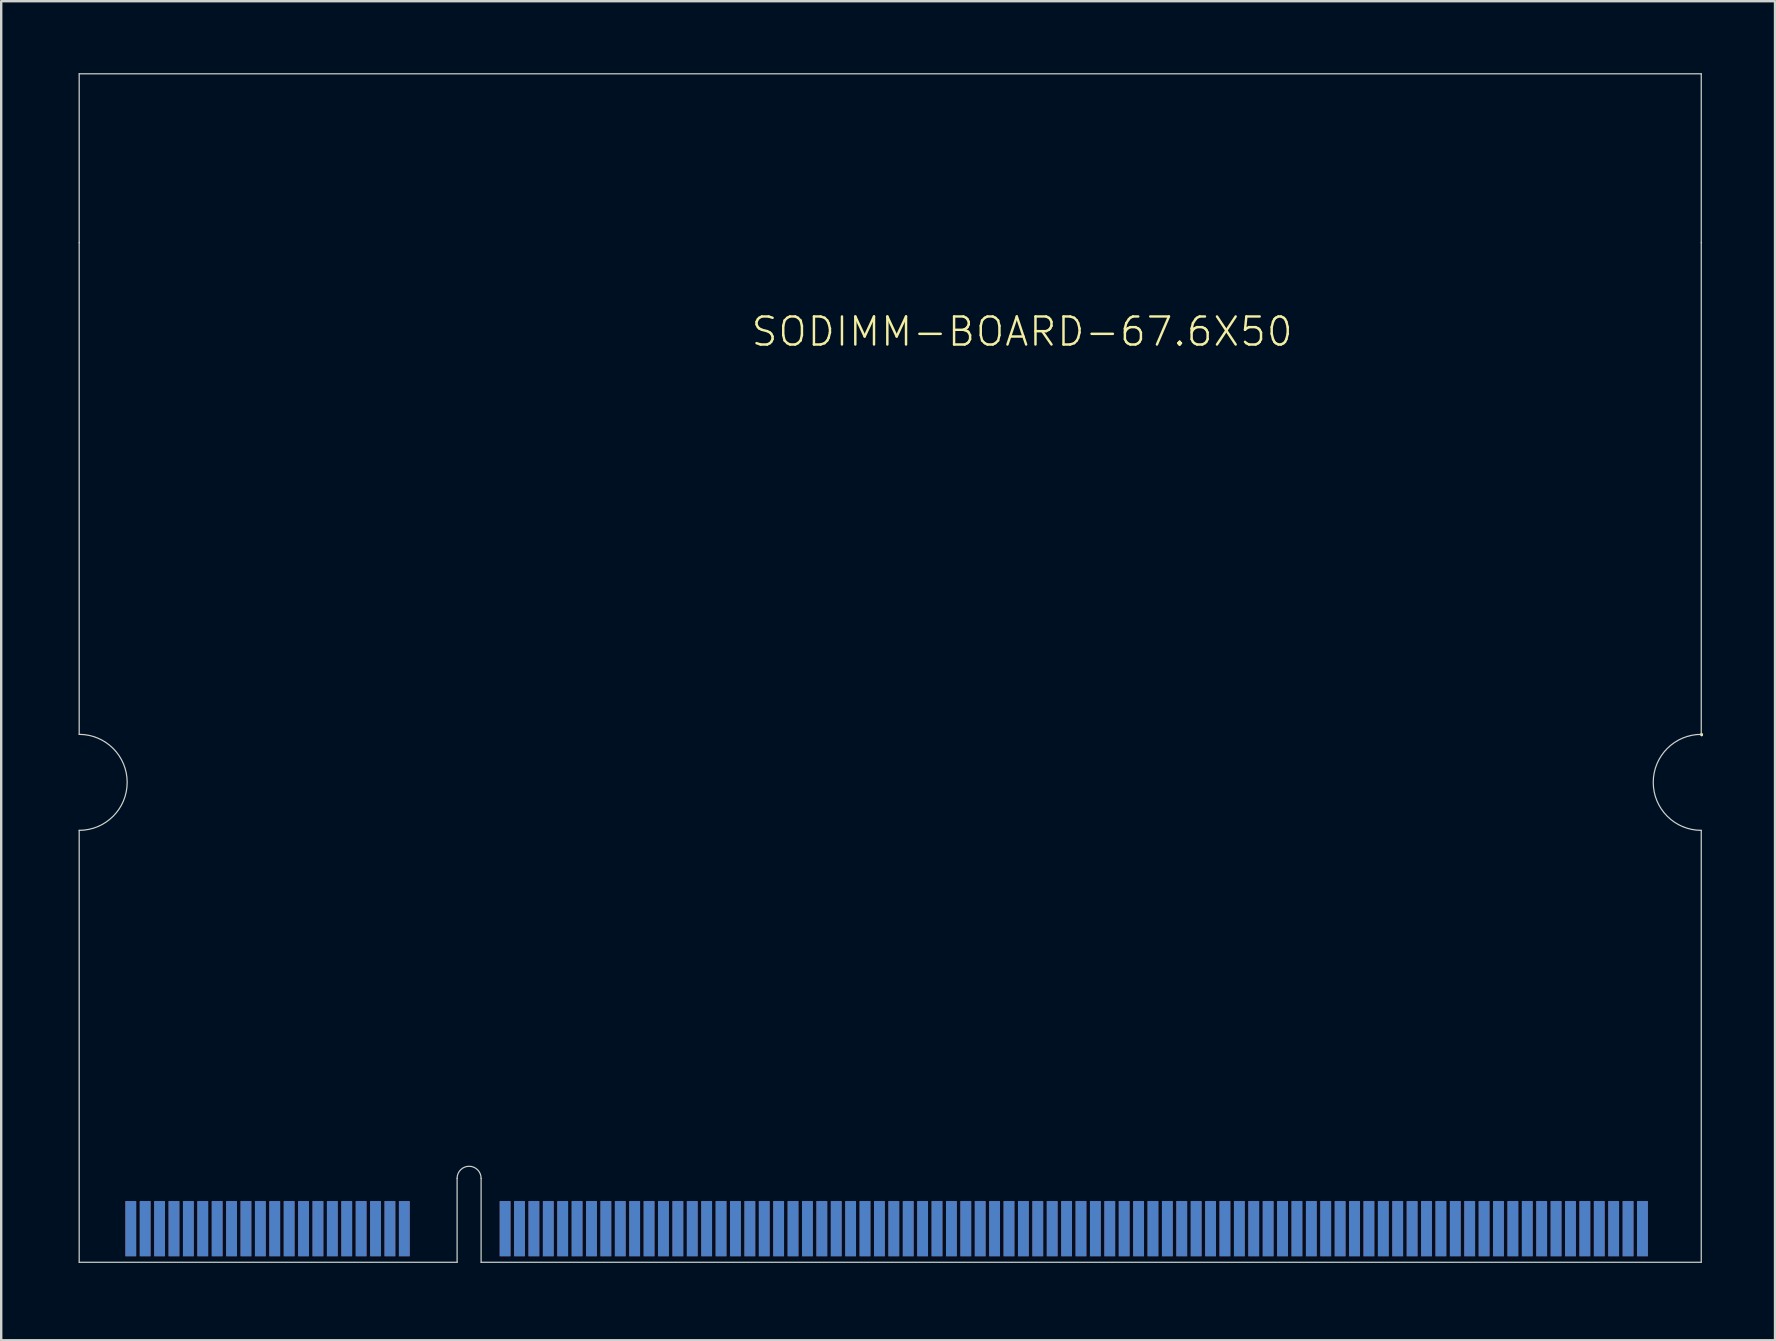
<source format=kicad_pcb>
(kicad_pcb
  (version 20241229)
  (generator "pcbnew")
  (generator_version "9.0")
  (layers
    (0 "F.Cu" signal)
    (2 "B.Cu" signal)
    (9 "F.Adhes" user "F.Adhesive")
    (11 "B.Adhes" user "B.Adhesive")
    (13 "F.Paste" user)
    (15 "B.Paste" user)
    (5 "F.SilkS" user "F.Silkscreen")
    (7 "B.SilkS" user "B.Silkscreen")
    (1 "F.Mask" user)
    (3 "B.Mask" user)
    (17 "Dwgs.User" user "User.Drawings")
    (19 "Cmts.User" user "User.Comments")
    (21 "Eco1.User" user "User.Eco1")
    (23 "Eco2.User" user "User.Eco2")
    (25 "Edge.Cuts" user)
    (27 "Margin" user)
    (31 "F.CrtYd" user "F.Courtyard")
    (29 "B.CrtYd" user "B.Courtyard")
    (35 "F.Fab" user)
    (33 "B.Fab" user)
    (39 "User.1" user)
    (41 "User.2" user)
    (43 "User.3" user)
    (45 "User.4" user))
  (footprint "SODIMM-BOARD-67.6X50"
    (layer "F.Cu")
    (at 0.25 49.555)
    (property "Reference" "SODIMM-BOARD-67.6X50" (at 27.94 -38.1 0) (layer "F.SilkS") (effects (font (size 1.168 1.168) (thickness 0.102)) (justify left bottom)))
    (fp_line (start 67.615 -21.978) (end 67.615 -21.998) (stroke (width 0.12) (type solid)) (layer "F.SilkS"))
    (fp_line (start 0 -49.53) (end 0 -42.49) (stroke (width 0.05) (type solid)) (layer "Edge.Cuts"))
    (fp_line (start 0 -49.53) (end 67.6 -49.53) (stroke (width 0.05) (type solid)) (layer "Edge.Cuts"))
    (fp_line (start 0 -42.49) (end 0 -22) (stroke (width 0.05) (type solid)) (layer "Edge.Cuts"))
    (fp_line (start 0 -18) (end 0 0) (stroke (width 0.05) (type solid)) (layer "Edge.Cuts"))
    (fp_line (start 15.75 0) (end 0 0) (stroke (width 0.05) (type solid)) (layer "Edge.Cuts"))
    (fp_line (start 15.75 0) (end 15.75 -3.5) (stroke (width 0.05) (type solid)) (layer "Edge.Cuts"))
    (fp_line (start 16.75 0) (end 16.75 -3.5) (stroke (width 0.05) (type solid)) (layer "Edge.Cuts"))
    (fp_line (start 16.75 0) (end 67.6 0) (stroke (width 0.05) (type solid)) (layer "Edge.Cuts"))
    (fp_line (start 67.6 -49.53) (end 67.6 -42.49) (stroke (width 0.05) (type solid)) (layer "Edge.Cuts"))
    (fp_line (start 67.6 -42.49) (end 67.6 -22) (stroke (width 0.05) (type solid)) (layer "Edge.Cuts"))
    (fp_line (start 67.6 0) (end 67.6 -18) (stroke (width 0.05) (type solid)) (layer "Edge.Cuts"))
    (fp_arc (start 0 -22) (mid 2 -20) (end 0 -18) (stroke (width 0.05) (type solid)) (layer "Edge.Cuts"))
    (fp_arc (start 15.75 -3.5) (mid 16.25 -4) (end 16.75 -3.5) (stroke (width 0.05) (type solid)) (layer "Edge.Cuts"))
    (fp_arc (start 67.6 -18) (mid 65.6 -20) (end 67.6 -22) (stroke (width 0.05) (type solid)) (layer "Edge.Cuts"))
    (pad "1" smd rect (at 2.15 -1.4) (size 0.45 2.3) (layers "F.Cu" "F.Mask" "F.Paste"))
    (pad "2" smd rect (at 2.15 -1.4 180) (size 0.45 2.3) (layers "B.Cu" "B.Mask" "B.Paste"))
    (pad "3" smd rect (at 2.75 -1.4) (size 0.45 2.3) (layers "F.Cu" "F.Mask" "F.Paste"))
    (pad "4" smd rect (at 2.75 -1.4 180) (size 0.45 2.3) (layers "B.Cu" "B.Mask" "B.Paste"))
    (pad "5" smd rect (at 3.35 -1.4) (size 0.45 2.3) (layers "F.Cu" "F.Mask" "F.Paste"))
    (pad "6" smd rect (at 3.35 -1.4 180) (size 0.45 2.3) (layers "B.Cu" "B.Mask" "B.Paste"))
    (pad "7" smd rect (at 3.95 -1.4) (size 0.45 2.3) (layers "F.Cu" "F.Mask" "F.Paste"))
    (pad "8" smd rect (at 3.95 -1.4 180) (size 0.45 2.3) (layers "B.Cu" "B.Mask" "B.Paste"))
    (pad "9" smd rect (at 4.55 -1.4) (size 0.45 2.3) (layers "F.Cu" "F.Mask" "F.Paste"))
    (pad "10" smd rect (at 4.55 -1.4 180) (size 0.45 2.3) (layers "B.Cu" "B.Mask" "B.Paste"))
    (pad "11" smd rect (at 5.15 -1.4) (size 0.45 2.3) (layers "F.Cu" "F.Mask" "F.Paste"))
    (pad "12" smd rect (at 5.15 -1.4 180) (size 0.45 2.3) (layers "B.Cu" "B.Mask" "B.Paste"))
    (pad "13" smd rect (at 5.75 -1.4) (size 0.45 2.3) (layers "F.Cu" "F.Mask" "F.Paste"))
    (pad "14" smd rect (at 5.75 -1.4 180) (size 0.45 2.3) (layers "B.Cu" "B.Mask" "B.Paste"))
    (pad "15" smd rect (at 6.35 -1.4) (size 0.45 2.3) (layers "F.Cu" "F.Mask" "F.Paste"))
    (pad "16" smd rect (at 6.35 -1.4 180) (size 0.45 2.3) (layers "B.Cu" "B.Mask" "B.Paste"))
    (pad "17" smd rect (at 6.95 -1.4) (size 0.45 2.3) (layers "F.Cu" "F.Mask" "F.Paste"))
    (pad "18" smd rect (at 6.95 -1.4 180) (size 0.45 2.3) (layers "B.Cu" "B.Mask" "B.Paste"))
    (pad "19" smd rect (at 7.55 -1.4) (size 0.45 2.3) (layers "F.Cu" "F.Mask" "F.Paste"))
    (pad "20" smd rect (at 7.55 -1.4 180) (size 0.45 2.3) (layers "B.Cu" "B.Mask" "B.Paste"))
    (pad "21" smd rect (at 8.15 -1.4) (size 0.45 2.3) (layers "F.Cu" "F.Mask" "F.Paste"))
    (pad "22" smd rect (at 8.15 -1.4 180) (size 0.45 2.3) (layers "B.Cu" "B.Mask" "B.Paste"))
    (pad "23" smd rect (at 8.75 -1.4) (size 0.45 2.3) (layers "F.Cu" "F.Mask" "F.Paste"))
    (pad "24" smd rect (at 8.75 -1.4 180) (size 0.45 2.3) (layers "B.Cu" "B.Mask" "B.Paste"))
    (pad "25" smd rect (at 9.35 -1.4) (size 0.45 2.3) (layers "F.Cu" "F.Mask" "F.Paste"))
    (pad "26" smd rect (at 9.35 -1.4 180) (size 0.45 2.3) (layers "B.Cu" "B.Mask" "B.Paste"))
    (pad "27" smd rect (at 9.95 -1.4) (size 0.45 2.3) (layers "F.Cu" "F.Mask" "F.Paste"))
    (pad "28" smd rect (at 9.95 -1.4 180) (size 0.45 2.3) (layers "B.Cu" "B.Mask" "B.Paste"))
    (pad "29" smd rect (at 10.55 -1.4) (size 0.45 2.3) (layers "F.Cu" "F.Mask" "F.Paste"))
    (pad "30" smd rect (at 10.55 -1.4 180) (size 0.45 2.3) (layers "B.Cu" "B.Mask" "B.Paste"))
    (pad "31" smd rect (at 11.15 -1.4) (size 0.45 2.3) (layers "F.Cu" "F.Mask" "F.Paste"))
    (pad "32" smd rect (at 11.15 -1.4 180) (size 0.45 2.3) (layers "B.Cu" "B.Mask" "B.Paste"))
    (pad "33" smd rect (at 11.75 -1.4) (size 0.45 2.3) (layers "F.Cu" "F.Mask" "F.Paste"))
    (pad "34" smd rect (at 11.75 -1.4 180) (size 0.45 2.3) (layers "B.Cu" "B.Mask" "B.Paste"))
    (pad "35" smd rect (at 12.35 -1.4) (size 0.45 2.3) (layers "F.Cu" "F.Mask" "F.Paste"))
    (pad "36" smd rect (at 12.35 -1.4 180) (size 0.45 2.3) (layers "B.Cu" "B.Mask" "B.Paste"))
    (pad "37" smd rect (at 12.95 -1.4) (size 0.45 2.3) (layers "F.Cu" "F.Mask" "F.Paste"))
    (pad "38" smd rect (at 12.95 -1.4 180) (size 0.45 2.3) (layers "B.Cu" "B.Mask" "B.Paste"))
    (pad "39" smd rect (at 13.55 -1.4) (size 0.45 2.3) (layers "F.Cu" "F.Mask" "F.Paste"))
    (pad "40" smd rect (at 13.55 -1.4 180) (size 0.45 2.3) (layers "B.Cu" "B.Mask" "B.Paste"))
    (pad "41" smd rect (at 17.75 -1.4) (size 0.45 2.3) (layers "F.Cu" "F.Mask" "F.Paste"))
    (pad "42" smd rect (at 17.75 -1.4 180) (size 0.45 2.3) (layers "B.Cu" "B.Mask" "B.Paste"))
    (pad "43" smd rect (at 18.35 -1.4) (size 0.45 2.3) (layers "F.Cu" "F.Mask" "F.Paste"))
    (pad "44" smd rect (at 18.35 -1.4 180) (size 0.45 2.3) (layers "B.Cu" "B.Mask" "B.Paste"))
    (pad "45" smd rect (at 18.95 -1.4) (size 0.45 2.3) (layers "F.Cu" "F.Mask" "F.Paste"))
    (pad "46" smd rect (at 18.95 -1.4 180) (size 0.45 2.3) (layers "B.Cu" "B.Mask" "B.Paste"))
    (pad "47" smd rect (at 19.55 -1.4) (size 0.45 2.3) (layers "F.Cu" "F.Mask" "F.Paste"))
    (pad "48" smd rect (at 19.55 -1.4 180) (size 0.45 2.3) (layers "B.Cu" "B.Mask" "B.Paste"))
    (pad "49" smd rect (at 20.15 -1.4) (size 0.45 2.3) (layers "F.Cu" "F.Mask" "F.Paste"))
    (pad "50" smd rect (at 20.15 -1.4 180) (size 0.45 2.3) (layers "B.Cu" "B.Mask" "B.Paste"))
    (pad "51" smd rect (at 20.75 -1.4) (size 0.45 2.3) (layers "F.Cu" "F.Mask" "F.Paste"))
    (pad "52" smd rect (at 20.75 -1.4 180) (size 0.45 2.3) (layers "B.Cu" "B.Mask" "B.Paste"))
    (pad "53" smd rect (at 21.35 -1.4) (size 0.45 2.3) (layers "F.Cu" "F.Mask" "F.Paste"))
    (pad "54" smd rect (at 21.35 -1.4 180) (size 0.45 2.3) (layers "B.Cu" "B.Mask" "B.Paste"))
    (pad "55" smd rect (at 21.95 -1.4) (size 0.45 2.3) (layers "F.Cu" "F.Mask" "F.Paste"))
    (pad "56" smd rect (at 21.95 -1.4 180) (size 0.45 2.3) (layers "B.Cu" "B.Mask" "B.Paste"))
    (pad "57" smd rect (at 22.55 -1.4) (size 0.45 2.3) (layers "F.Cu" "F.Mask" "F.Paste"))
    (pad "58" smd rect (at 22.55 -1.4 180) (size 0.45 2.3) (layers "B.Cu" "B.Mask" "B.Paste"))
    (pad "59" smd rect (at 23.15 -1.4) (size 0.45 2.3) (layers "F.Cu" "F.Mask" "F.Paste"))
    (pad "60" smd rect (at 23.15 -1.4 180) (size 0.45 2.3) (layers "B.Cu" "B.Mask" "B.Paste"))
    (pad "61" smd rect (at 23.75 -1.4) (size 0.45 2.3) (layers "F.Cu" "F.Mask" "F.Paste"))
    (pad "62" smd rect (at 23.75 -1.4) (size 0.45 2.3) (layers "B.Cu" "B.Mask" "B.Paste"))
    (pad "63" smd rect (at 24.35 -1.4) (size 0.45 2.3) (layers "F.Cu" "F.Mask" "F.Paste"))
    (pad "64" smd rect (at 24.35 -1.4 180) (size 0.45 2.3) (layers "B.Cu" "B.Mask" "B.Paste"))
    (pad "65" smd rect (at 24.95 -1.4) (size 0.45 2.3) (layers "F.Cu" "F.Mask" "F.Paste"))
    (pad "66" smd rect (at 24.95 -1.4 180) (size 0.45 2.3) (layers "B.Cu" "B.Mask" "B.Paste"))
    (pad "67" smd rect (at 25.55 -1.4) (size 0.45 2.3) (layers "F.Cu" "F.Mask" "F.Paste"))
    (pad "68" smd rect (at 25.55 -1.4 180) (size 0.45 2.3) (layers "B.Cu" "B.Mask" "B.Paste"))
    (pad "69" smd rect (at 26.15 -1.4) (size 0.45 2.3) (layers "F.Cu" "F.Mask" "F.Paste"))
    (pad "70" smd rect (at 26.15 -1.4 180) (size 0.45 2.3) (layers "B.Cu" "B.Mask" "B.Paste"))
    (pad "71" smd rect (at 26.75 -1.4) (size 0.45 2.3) (layers "F.Cu" "F.Mask" "F.Paste"))
    (pad "72" smd rect (at 26.75 -1.4 180) (size 0.45 2.3) (layers "B.Cu" "B.Mask" "B.Paste"))
    (pad "73" smd rect (at 27.35 -1.4) (size 0.45 2.3) (layers "F.Cu" "F.Mask" "F.Paste"))
    (pad "74" smd rect (at 27.35 -1.4 180) (size 0.45 2.3) (layers "B.Cu" "B.Mask" "B.Paste"))
    (pad "75" smd rect (at 27.95 -1.4) (size 0.45 2.3) (layers "F.Cu" "F.Mask" "F.Paste"))
    (pad "76" smd rect (at 27.95 -1.4 180) (size 0.45 2.3) (layers "B.Cu" "B.Mask" "B.Paste"))
    (pad "77" smd rect (at 28.55 -1.4) (size 0.45 2.3) (layers "F.Cu" "F.Mask" "F.Paste"))
    (pad "78" smd rect (at 28.55 -1.4 180) (size 0.45 2.3) (layers "B.Cu" "B.Mask" "B.Paste"))
    (pad "79" smd rect (at 29.15 -1.4) (size 0.45 2.3) (layers "F.Cu" "F.Mask" "F.Paste"))
    (pad "80" smd rect (at 29.15 -1.4 180) (size 0.45 2.3) (layers "B.Cu" "B.Mask" "B.Paste"))
    (pad "81" smd rect (at 29.75 -1.4) (size 0.45 2.3) (layers "F.Cu" "F.Mask" "F.Paste"))
    (pad "82" smd rect (at 29.75 -1.4 180) (size 0.45 2.3) (layers "B.Cu" "B.Mask" "B.Paste"))
    (pad "83" smd rect (at 30.35 -1.4) (size 0.45 2.3) (layers "F.Cu" "F.Mask" "F.Paste"))
    (pad "84" smd rect (at 30.35 -1.4 180) (size 0.45 2.3) (layers "B.Cu" "B.Mask" "B.Paste"))
    (pad "85" smd rect (at 30.95 -1.4) (size 0.45 2.3) (layers "F.Cu" "F.Mask" "F.Paste"))
    (pad "86" smd rect (at 30.95 -1.4 180) (size 0.45 2.3) (layers "B.Cu" "B.Mask" "B.Paste"))
    (pad "87" smd rect (at 31.55 -1.4) (size 0.45 2.3) (layers "F.Cu" "F.Mask" "F.Paste"))
    (pad "88" smd rect (at 31.55 -1.4 180) (size 0.45 2.3) (layers "B.Cu" "B.Mask" "B.Paste"))
    (pad "89" smd rect (at 32.15 -1.4) (size 0.45 2.3) (layers "F.Cu" "F.Mask" "F.Paste"))
    (pad "90" smd rect (at 32.15 -1.4 180) (size 0.45 2.3) (layers "B.Cu" "B.Mask" "B.Paste"))
    (pad "91" smd rect (at 32.75 -1.4) (size 0.45 2.3) (layers "F.Cu" "F.Mask" "F.Paste"))
    (pad "92" smd rect (at 32.75 -1.4 180) (size 0.45 2.3) (layers "B.Cu" "B.Mask" "B.Paste"))
    (pad "93" smd rect (at 33.35 -1.4) (size 0.45 2.3) (layers "F.Cu" "F.Mask" "F.Paste"))
    (pad "94" smd rect (at 33.35 -1.4 180) (size 0.45 2.3) (layers "B.Cu" "B.Mask" "B.Paste"))
    (pad "95" smd rect (at 33.95 -1.4) (size 0.45 2.3) (layers "F.Cu" "F.Mask" "F.Paste"))
    (pad "96" smd rect (at 33.95 -1.4 180) (size 0.45 2.3) (layers "B.Cu" "B.Mask" "B.Paste"))
    (pad "97" smd rect (at 34.55 -1.4) (size 0.45 2.3) (layers "F.Cu" "F.Mask" "F.Paste"))
    (pad "98" smd rect (at 34.55 -1.4 180) (size 0.45 2.3) (layers "B.Cu" "B.Mask" "B.Paste"))
    (pad "99" smd rect (at 35.15 -1.4) (size 0.45 2.3) (layers "F.Cu" "F.Mask" "F.Paste"))
    (pad "100" smd rect (at 35.15 -1.4 180) (size 0.45 2.3) (layers "B.Cu" "B.Mask" "B.Paste"))
    (pad "101" smd rect (at 35.75 -1.4) (size 0.45 2.3) (layers "F.Cu" "F.Mask" "F.Paste"))
    (pad "102" smd rect (at 35.75 -1.4 180) (size 0.45 2.3) (layers "B.Cu" "B.Mask" "B.Paste"))
    (pad "103" smd rect (at 36.35 -1.4) (size 0.45 2.3) (layers "F.Cu" "F.Mask" "F.Paste"))
    (pad "104" smd rect (at 36.35 -1.4 180) (size 0.45 2.3) (layers "B.Cu" "B.Mask" "B.Paste"))
    (pad "105" smd rect (at 36.95 -1.4) (size 0.45 2.3) (layers "F.Cu" "F.Mask" "F.Paste"))
    (pad "106" smd rect (at 36.95 -1.4 180) (size 0.45 2.3) (layers "B.Cu" "B.Mask" "B.Paste"))
    (pad "107" smd rect (at 37.55 -1.4) (size 0.45 2.3) (layers "F.Cu" "F.Mask" "F.Paste"))
    (pad "108" smd rect (at 37.55 -1.4 180) (size 0.45 2.3) (layers "B.Cu" "B.Mask" "B.Paste"))
    (pad "109" smd rect (at 38.15 -1.4) (size 0.45 2.3) (layers "F.Cu" "F.Mask" "F.Paste"))
    (pad "110" smd rect (at 38.15 -1.4 180) (size 0.45 2.3) (layers "B.Cu" "B.Mask" "B.Paste"))
    (pad "111" smd rect (at 38.75 -1.4) (size 0.45 2.3) (layers "F.Cu" "F.Mask" "F.Paste"))
    (pad "112" smd rect (at 38.75 -1.4 180) (size 0.45 2.3) (layers "B.Cu" "B.Mask" "B.Paste"))
    (pad "113" smd rect (at 39.35 -1.4) (size 0.45 2.3) (layers "F.Cu" "F.Mask" "F.Paste"))
    (pad "114" smd rect (at 39.35 -1.4 180) (size 0.45 2.3) (layers "B.Cu" "B.Mask" "B.Paste"))
    (pad "115" smd rect (at 39.95 -1.4) (size 0.45 2.3) (layers "F.Cu" "F.Mask" "F.Paste"))
    (pad "116" smd rect (at 39.95 -1.4 180) (size 0.45 2.3) (layers "B.Cu" "B.Mask" "B.Paste"))
    (pad "117" smd rect (at 40.55 -1.4) (size 0.45 2.3) (layers "F.Cu" "F.Mask" "F.Paste"))
    (pad "118" smd rect (at 40.55 -1.4 180) (size 0.45 2.3) (layers "B.Cu" "B.Mask" "B.Paste"))
    (pad "119" smd rect (at 41.15 -1.4) (size 0.45 2.3) (layers "F.Cu" "F.Mask" "F.Paste"))
    (pad "120" smd rect (at 41.15 -1.4 180) (size 0.45 2.3) (layers "B.Cu" "B.Mask" "B.Paste"))
    (pad "121" smd rect (at 41.75 -1.4) (size 0.45 2.3) (layers "F.Cu" "F.Mask" "F.Paste"))
    (pad "122" smd rect (at 41.75 -1.4 180) (size 0.45 2.3) (layers "B.Cu" "B.Mask" "B.Paste"))
    (pad "123" smd rect (at 42.35 -1.4) (size 0.45 2.3) (layers "F.Cu" "F.Mask" "F.Paste"))
    (pad "124" smd rect (at 42.35 -1.4 180) (size 0.45 2.3) (layers "B.Cu" "B.Mask" "B.Paste"))
    (pad "125" smd rect (at 42.95 -1.4) (size 0.45 2.3) (layers "F.Cu" "F.Mask" "F.Paste"))
    (pad "126" smd rect (at 42.95 -1.4 180) (size 0.45 2.3) (layers "B.Cu" "B.Mask" "B.Paste"))
    (pad "127" smd rect (at 43.55 -1.4) (size 0.45 2.3) (layers "F.Cu" "F.Mask" "F.Paste"))
    (pad "128" smd rect (at 43.55 -1.4 180) (size 0.45 2.3) (layers "B.Cu" "B.Mask" "B.Paste"))
    (pad "129" smd rect (at 44.15 -1.4) (size 0.45 2.3) (layers "F.Cu" "F.Mask" "F.Paste"))
    (pad "130" smd rect (at 44.15 -1.4 180) (size 0.45 2.3) (layers "B.Cu" "B.Mask" "B.Paste"))
    (pad "131" smd rect (at 44.75 -1.4) (size 0.45 2.3) (layers "F.Cu" "F.Mask" "F.Paste"))
    (pad "132" smd rect (at 44.75 -1.4 180) (size 0.45 2.3) (layers "B.Cu" "B.Mask" "B.Paste"))
    (pad "133" smd rect (at 45.35 -1.4) (size 0.45 2.3) (layers "F.Cu" "F.Mask" "F.Paste"))
    (pad "134" smd rect (at 45.35 -1.4 180) (size 0.45 2.3) (layers "B.Cu" "B.Mask" "B.Paste"))
    (pad "135" smd rect (at 45.95 -1.4) (size 0.45 2.3) (layers "F.Cu" "F.Mask" "F.Paste"))
    (pad "136" smd rect (at 45.95 -1.4 180) (size 0.45 2.3) (layers "B.Cu" "B.Mask" "B.Paste"))
    (pad "137" smd rect (at 46.55 -1.4) (size 0.45 2.3) (layers "F.Cu" "F.Mask" "F.Paste"))
    (pad "138" smd rect (at 46.55 -1.4 180) (size 0.45 2.3) (layers "B.Cu" "B.Mask" "B.Paste"))
    (pad "139" smd rect (at 47.15 -1.4) (size 0.45 2.3) (layers "F.Cu" "F.Mask" "F.Paste"))
    (pad "140" smd rect (at 47.15 -1.4 180) (size 0.45 2.3) (layers "B.Cu" "B.Mask" "B.Paste"))
    (pad "141" smd rect (at 47.75 -1.4) (size 0.45 2.3) (layers "F.Cu" "F.Mask" "F.Paste"))
    (pad "142" smd rect (at 47.75 -1.4 180) (size 0.45 2.3) (layers "B.Cu" "B.Mask" "B.Paste"))
    (pad "143" smd rect (at 48.35 -1.4) (size 0.45 2.3) (layers "F.Cu" "F.Mask" "F.Paste"))
    (pad "144" smd rect (at 48.35 -1.4 180) (size 0.45 2.3) (layers "B.Cu" "B.Mask" "B.Paste"))
    (pad "145" smd rect (at 48.95 -1.4) (size 0.45 2.3) (layers "F.Cu" "F.Mask" "F.Paste"))
    (pad "146" smd rect (at 48.95 -1.4 180) (size 0.45 2.3) (layers "B.Cu" "B.Mask" "B.Paste"))
    (pad "147" smd rect (at 49.55 -1.4) (size 0.45 2.3) (layers "F.Cu" "F.Mask" "F.Paste"))
    (pad "148" smd rect (at 49.55 -1.4 180) (size 0.45 2.3) (layers "B.Cu" "B.Mask" "B.Paste"))
    (pad "149" smd rect (at 50.15 -1.4) (size 0.45 2.3) (layers "F.Cu" "F.Mask" "F.Paste"))
    (pad "150" smd rect (at 50.15 -1.4 180) (size 0.45 2.3) (layers "B.Cu" "B.Mask" "B.Paste"))
    (pad "151" smd rect (at 50.75 -1.4) (size 0.45 2.3) (layers "F.Cu" "F.Mask" "F.Paste"))
    (pad "152" smd rect (at 50.75 -1.4 180) (size 0.45 2.3) (layers "B.Cu" "B.Mask" "B.Paste"))
    (pad "153" smd rect (at 51.35 -1.4) (size 0.45 2.3) (layers "F.Cu" "F.Mask" "F.Paste"))
    (pad "154" smd rect (at 51.35 -1.4 180) (size 0.45 2.3) (layers "B.Cu" "B.Mask" "B.Paste"))
    (pad "155" smd rect (at 51.95 -1.4) (size 0.45 2.3) (layers "F.Cu" "F.Mask" "F.Paste"))
    (pad "156" smd rect (at 51.95 -1.4 180) (size 0.45 2.3) (layers "B.Cu" "B.Mask" "B.Paste"))
    (pad "157" smd rect (at 52.55 -1.4) (size 0.45 2.3) (layers "F.Cu" "F.Mask" "F.Paste"))
    (pad "158" smd rect (at 52.55 -1.4 180) (size 0.45 2.3) (layers "B.Cu" "B.Mask" "B.Paste"))
    (pad "159" smd rect (at 53.15 -1.4) (size 0.45 2.3) (layers "F.Cu" "F.Mask" "F.Paste"))
    (pad "160" smd rect (at 53.15 -1.4 180) (size 0.45 2.3) (layers "B.Cu" "B.Mask" "B.Paste"))
    (pad "161" smd rect (at 53.75 -1.4) (size 0.45 2.3) (layers "F.Cu" "F.Mask" "F.Paste"))
    (pad "162" smd rect (at 53.75 -1.4 180) (size 0.45 2.3) (layers "B.Cu" "B.Mask" "B.Paste"))
    (pad "163" smd rect (at 54.35 -1.4) (size 0.45 2.3) (layers "F.Cu" "F.Mask" "F.Paste"))
    (pad "164" smd rect (at 54.35 -1.4 180) (size 0.45 2.3) (layers "B.Cu" "B.Mask" "B.Paste"))
    (pad "165" smd rect (at 54.95 -1.4) (size 0.45 2.3) (layers "F.Cu" "F.Mask" "F.Paste"))
    (pad "166" smd rect (at 54.95 -1.4 180) (size 0.45 2.3) (layers "B.Cu" "B.Mask" "B.Paste"))
    (pad "167" smd rect (at 55.55 -1.4) (size 0.45 2.3) (layers "F.Cu" "F.Mask" "F.Paste"))
    (pad "168" smd rect (at 55.55 -1.4 180) (size 0.45 2.3) (layers "B.Cu" "B.Mask" "B.Paste"))
    (pad "169" smd rect (at 56.15 -1.4) (size 0.45 2.3) (layers "F.Cu" "F.Mask" "F.Paste"))
    (pad "170" smd rect (at 56.15 -1.4 180) (size 0.45 2.3) (layers "B.Cu" "B.Mask" "B.Paste"))
    (pad "171" smd rect (at 56.75 -1.4) (size 0.45 2.3) (layers "F.Cu" "F.Mask" "F.Paste"))
    (pad "172" smd rect (at 56.75 -1.4 180) (size 0.45 2.3) (layers "B.Cu" "B.Mask" "B.Paste"))
    (pad "173" smd rect (at 57.35 -1.4) (size 0.45 2.3) (layers "F.Cu" "F.Mask" "F.Paste"))
    (pad "174" smd rect (at 57.35 -1.4 180) (size 0.45 2.3) (layers "B.Cu" "B.Mask" "B.Paste"))
    (pad "175" smd rect (at 57.95 -1.4) (size 0.45 2.3) (layers "F.Cu" "F.Mask" "F.Paste"))
    (pad "176" smd rect (at 57.95 -1.4 180) (size 0.45 2.3) (layers "B.Cu" "B.Mask" "B.Paste"))
    (pad "177" smd rect (at 58.55 -1.4) (size 0.45 2.3) (layers "F.Cu" "F.Mask" "F.Paste"))
    (pad "178" smd rect (at 58.55 -1.4 180) (size 0.45 2.3) (layers "B.Cu" "B.Mask" "B.Paste"))
    (pad "179" smd rect (at 59.15 -1.4) (size 0.45 2.3) (layers "F.Cu" "F.Mask" "F.Paste"))
    (pad "180" smd rect (at 59.15 -1.4 180) (size 0.45 2.3) (layers "B.Cu" "B.Mask" "B.Paste"))
    (pad "181" smd rect (at 59.75 -1.4) (size 0.45 2.3) (layers "F.Cu" "F.Mask" "F.Paste"))
    (pad "182" smd rect (at 59.75 -1.4 180) (size 0.45 2.3) (layers "B.Cu" "B.Mask" "B.Paste"))
    (pad "183" smd rect (at 60.35 -1.4) (size 0.45 2.3) (layers "F.Cu" "F.Mask" "F.Paste"))
    (pad "184" smd rect (at 60.35 -1.4 180) (size 0.45 2.3) (layers "B.Cu" "B.Mask" "B.Paste"))
    (pad "185" smd rect (at 60.95 -1.4) (size 0.45 2.3) (layers "F.Cu" "F.Mask" "F.Paste"))
    (pad "186" smd rect (at 60.95 -1.4 180) (size 0.45 2.3) (layers "B.Cu" "B.Mask" "B.Paste"))
    (pad "187" smd rect (at 61.55 -1.4) (size 0.45 2.3) (layers "F.Cu" "F.Mask" "F.Paste"))
    (pad "188" smd rect (at 61.55 -1.4 180) (size 0.45 2.3) (layers "B.Cu" "B.Mask" "B.Paste"))
    (pad "189" smd rect (at 62.15 -1.4) (size 0.45 2.3) (layers "F.Cu" "F.Mask" "F.Paste"))
    (pad "190" smd rect (at 62.15 -1.4 180) (size 0.45 2.3) (layers "B.Cu" "B.Mask" "B.Paste"))
    (pad "191" smd rect (at 62.75 -1.4) (size 0.45 2.3) (layers "F.Cu" "F.Mask" "F.Paste"))
    (pad "192" smd rect (at 62.75 -1.4 180) (size 0.45 2.3) (layers "B.Cu" "B.Mask" "B.Paste"))
    (pad "193" smd rect (at 63.35 -1.4) (size 0.45 2.3) (layers "F.Cu" "F.Mask" "F.Paste"))
    (pad "194" smd rect (at 63.35 -1.4 180) (size 0.45 2.3) (layers "B.Cu" "B.Mask" "B.Paste"))
    (pad "195" smd rect (at 63.95 -1.4) (size 0.45 2.3) (layers "F.Cu" "F.Mask" "F.Paste"))
    (pad "196" smd rect (at 63.95 -1.4 180) (size 0.45 2.3) (layers "B.Cu" "B.Mask" "B.Paste"))
    (pad "197" smd rect (at 64.55 -1.4) (size 0.45 2.3) (layers "F.Cu" "F.Mask" "F.Paste"))
    (pad "198" smd rect (at 64.55 -1.4 180) (size 0.45 2.3) (layers "B.Cu" "B.Mask" "B.Paste"))
    (pad "199" smd rect (at 65.15 -1.4) (size 0.45 2.3) (layers "F.Cu" "F.Mask" "F.Paste"))
    (pad "200" smd rect (at 65.15 -1.4 180) (size 0.45 2.3) (layers "B.Cu" "B.Mask" "B.Paste")))
  (gr_rect
    (start -3 -3)
    (end 70.925 52.805)
    (stroke (width 0.1) (type default))
    (fill no)
    (layer "Edge.Cuts")))
</source>
